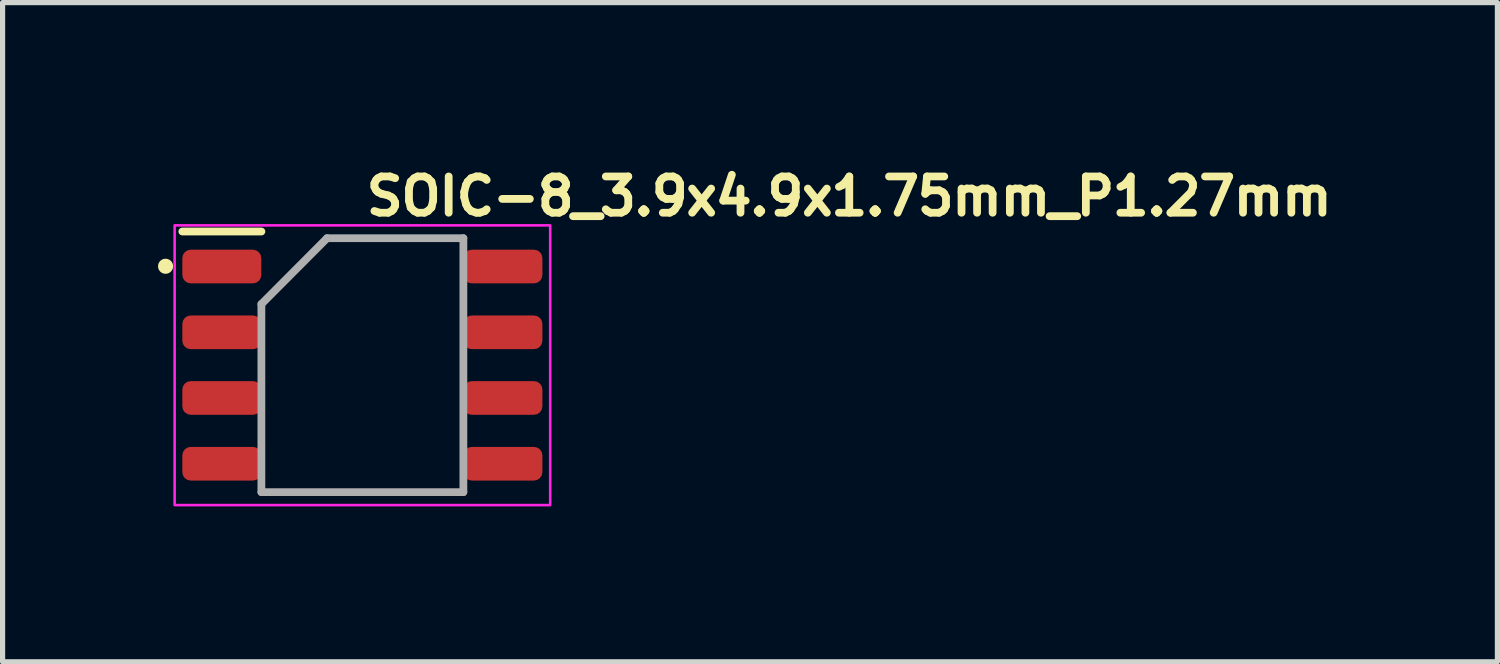
<source format=kicad_pcb>
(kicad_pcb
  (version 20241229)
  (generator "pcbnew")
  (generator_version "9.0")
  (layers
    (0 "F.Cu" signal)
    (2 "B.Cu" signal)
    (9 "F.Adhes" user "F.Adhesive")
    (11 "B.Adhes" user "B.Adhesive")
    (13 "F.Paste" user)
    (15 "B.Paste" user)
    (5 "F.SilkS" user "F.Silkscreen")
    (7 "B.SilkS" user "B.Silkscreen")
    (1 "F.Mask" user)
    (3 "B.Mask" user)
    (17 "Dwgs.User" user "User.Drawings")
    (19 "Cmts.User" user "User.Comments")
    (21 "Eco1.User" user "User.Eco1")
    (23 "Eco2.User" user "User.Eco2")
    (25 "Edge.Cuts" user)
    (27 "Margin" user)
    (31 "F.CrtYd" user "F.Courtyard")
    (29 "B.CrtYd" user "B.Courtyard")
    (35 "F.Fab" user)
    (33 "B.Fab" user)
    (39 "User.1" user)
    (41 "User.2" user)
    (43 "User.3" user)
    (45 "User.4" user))
  (footprint "SOIC-8_3.9x4.9x1.75mm_P1.27mm"
    (layer "F.Cu")
    (at 3.946 4)
    (property "Reference" "SOIC-8_3.9x4.9x1.75mm_P1.27mm" (at 0 -2.85 0) (layer "F.SilkS") (effects (font (size 0.7 0.7) (thickness 0.15)) (justify left bottom)))
    (attr smd)
    (fp_line (start -3.476 -2.581) (end -1.95 -2.581) (stroke (width 0.15) (type solid)) (layer "F.SilkS"))
    (fp_circle (center -3.8 -1.91) (end -3.75 -1.86) (stroke (width 0.15) (type solid)) (fill yes) (layer "F.SilkS"))
    (fp_rect (start -3.625 -2.7) (end 3.625 2.7) (stroke (width 0.05) (type solid)) (fill no) (layer "F.CrtYd"))
    (fp_line (start -1.95 -1.18) (end -0.683 -2.452) (stroke (width 0.15) (type solid)) (layer "F.Fab"))
    (fp_line (start -1.95 2.45) (end -1.95 -1.18) (stroke (width 0.15) (type solid)) (layer "F.Fab"))
    (fp_line (start -0.683 -2.452) (end 1.949 -2.452) (stroke (width 0.15) (type solid)) (layer "F.Fab"))
    (fp_line (start 1.949 -2.452) (end 1.949 2.45) (stroke (width 0.15) (type solid)) (layer "F.Fab"))
    (fp_line (start 1.949 2.45) (end -1.95 2.45) (stroke (width 0.15) (type solid)) (layer "F.Fab"))
    (fp_rect (start -3 -2.452) (end 2.999 2.45) (stroke (width 0.1) (type solid)) (fill no) (layer "User.5"))
    (fp_line (start -3 -2.11) (end -2.753 -2.11) (stroke (width 0.02) (type solid)) (layer "User.9"))
    (fp_line (start -3 -1.7) (end -3 -2.11) (stroke (width 0.02) (type solid)) (layer "User.9"))
    (fp_line (start -3 -1.7) (end -2.753 -1.7) (stroke (width 0.02) (type solid)) (layer "User.9"))
    (fp_line (start -3 -0.84) (end -2.753 -0.84) (stroke (width 0.02) (type solid)) (layer "User.9"))
    (fp_line (start -3 -0.43) (end -3 -0.84) (stroke (width 0.02) (type solid)) (layer "User.9"))
    (fp_line (start -3 -0.43) (end -2.753 -0.43) (stroke (width 0.02) (type solid)) (layer "User.9"))
    (fp_line (start -3 0.428) (end -2.753 0.428) (stroke (width 0.02) (type solid)) (layer "User.9"))
    (fp_line (start -3 0.838) (end -3 0.428) (stroke (width 0.02) (type solid)) (layer "User.9"))
    (fp_line (start -3 0.838) (end -2.753 0.838) (stroke (width 0.02) (type solid)) (layer "User.9"))
    (fp_line (start -3 1.699) (end -2.753 1.699) (stroke (width 0.02) (type solid)) (layer "User.9"))
    (fp_line (start -3 2.108) (end -3 1.699) (stroke (width 0.02) (type solid)) (layer "User.9"))
    (fp_line (start -3 2.108) (end -2.753 2.108) (stroke (width 0.02) (type solid)) (layer "User.9"))
    (fp_line (start -2.753 -2.11) (end -2.672 -2.11) (stroke (width 0.02) (type solid)) (layer "User.9"))
    (fp_line (start -2.753 -1.7) (end -2.672 -1.7) (stroke (width 0.02) (type solid)) (layer "User.9"))
    (fp_line (start -2.753 -0.84) (end -2.672 -0.84) (stroke (width 0.02) (type solid)) (layer "User.9"))
    (fp_line (start -2.753 -0.43) (end -2.672 -0.43) (stroke (width 0.02) (type solid)) (layer "User.9"))
    (fp_line (start -2.753 0.428) (end -2.672 0.428) (stroke (width 0.02) (type solid)) (layer "User.9"))
    (fp_line (start -2.753 0.838) (end -2.672 0.838) (stroke (width 0.02) (type solid)) (layer "User.9"))
    (fp_line (start -2.753 1.699) (end -2.672 1.699) (stroke (width 0.02) (type solid)) (layer "User.9"))
    (fp_line (start -2.753 2.108) (end -2.672 2.108) (stroke (width 0.02) (type solid)) (layer "User.9"))
    (fp_line (start -2.672 -2.11) (end -2.145 -2.11) (stroke (width 0.02) (type solid)) (layer "User.9"))
    (fp_line (start -2.672 -1.7) (end -2.145 -1.7) (stroke (width 0.02) (type solid)) (layer "User.9"))
    (fp_line (start -2.672 -0.84) (end -2.145 -0.84) (stroke (width 0.02) (type solid)) (layer "User.9"))
    (fp_line (start -2.672 -0.43) (end -2.145 -0.43) (stroke (width 0.02) (type solid)) (layer "User.9"))
    (fp_line (start -2.672 0.428) (end -2.145 0.428) (stroke (width 0.02) (type solid)) (layer "User.9"))
    (fp_line (start -2.672 0.838) (end -2.145 0.838) (stroke (width 0.02) (type solid)) (layer "User.9"))
    (fp_line (start -2.672 1.699) (end -2.145 1.699) (stroke (width 0.02) (type solid)) (layer "User.9"))
    (fp_line (start -2.672 2.108) (end -2.145 2.108) (stroke (width 0.02) (type solid)) (layer "User.9"))
    (fp_line (start -2.145 -2.11) (end -2.064 -2.11) (stroke (width 0.02) (type solid)) (layer "User.9"))
    (fp_line (start -2.145 -1.7) (end -2.064 -1.7) (stroke (width 0.02) (type solid)) (layer "User.9"))
    (fp_line (start -2.145 -0.84) (end -2.064 -0.84) (stroke (width 0.02) (type solid)) (layer "User.9"))
    (fp_line (start -2.145 -0.43) (end -2.064 -0.43) (stroke (width 0.02) (type solid)) (layer "User.9"))
    (fp_line (start -2.145 0.428) (end -2.064 0.428) (stroke (width 0.02) (type solid)) (layer "User.9"))
    (fp_line (start -2.145 0.838) (end -2.064 0.838) (stroke (width 0.02) (type solid)) (layer "User.9"))
    (fp_line (start -2.145 1.699) (end -2.064 1.699) (stroke (width 0.02) (type solid)) (layer "User.9"))
    (fp_line (start -2.145 2.108) (end -2.064 2.108) (stroke (width 0.02) (type solid)) (layer "User.9"))
    (fp_line (start -2.064 -2.11) (end -1.95 -2.11) (stroke (width 0.02) (type solid)) (layer "User.9"))
    (fp_line (start -2.064 -1.7) (end -1.95 -1.7) (stroke (width 0.02) (type solid)) (layer "User.9"))
    (fp_line (start -2.064 -0.84) (end -1.95 -0.84) (stroke (width 0.02) (type solid)) (layer "User.9"))
    (fp_line (start -2.064 -0.43) (end -1.95 -0.43) (stroke (width 0.02) (type solid)) (layer "User.9"))
    (fp_line (start -2.064 0.428) (end -1.95 0.428) (stroke (width 0.02) (type solid)) (layer "User.9"))
    (fp_line (start -2.064 0.838) (end -1.95 0.838) (stroke (width 0.02) (type solid)) (layer "User.9"))
    (fp_line (start -2.064 1.699) (end -1.95 1.699) (stroke (width 0.02) (type solid)) (layer "User.9"))
    (fp_line (start -2.064 2.108) (end -1.95 2.108) (stroke (width 0.02) (type solid)) (layer "User.9"))
    (fp_line (start -1.95 -2.452) (end -1.859 -2.359) (stroke (width 0.02) (type solid)) (layer "User.9"))
    (fp_line (start -1.95 -2.452) (end 1.949 -2.452) (stroke (width 0.02) (type solid)) (layer "User.9"))
    (fp_line (start -1.95 -1.7) (end -1.95 -2.11) (stroke (width 0.02) (type solid)) (layer "User.9"))
    (fp_line (start -1.95 -0.43) (end -1.95 -0.84) (stroke (width 0.02) (type solid)) (layer "User.9"))
    (fp_line (start -1.95 0.838) (end -1.95 0.428) (stroke (width 0.02) (type solid)) (layer "User.9"))
    (fp_line (start -1.95 2.108) (end -1.95 1.699) (stroke (width 0.02) (type solid)) (layer "User.9"))
    (fp_line (start -1.95 2.45) (end -1.95 -2.452) (stroke (width 0.02) (type solid)) (layer "User.9"))
    (fp_line (start -1.95 2.45) (end -1.859 2.358) (stroke (width 0.02) (type solid)) (layer "User.9"))
    (fp_line (start -1.95 2.45) (end 1.949 2.45) (stroke (width 0.02) (type solid)) (layer "User.9"))
    (fp_line (start -1.859 -2.359) (end -1.809 -2.31) (stroke (width 0.02) (type solid)) (layer "User.9"))
    (fp_line (start -1.859 2.358) (end -1.809 2.307) (stroke (width 0.02) (type solid)) (layer "User.9"))
    (fp_line (start -1.559 -1.841) (end -1.559 -1.829) (stroke (width 0.02) (type solid)) (layer "User.9"))
    (fp_line (start -1.559 -1.829) (end -1.559 -1.815) (stroke (width 0.02) (type solid)) (layer "User.9"))
    (fp_line (start -1.559 -1.815) (end -1.559 -1.815) (stroke (width 0.02) (type solid)) (layer "User.9"))
    (fp_line (start -1.559 -1.815) (end -1.559 -1.803) (stroke (width 0.02) (type solid)) (layer "User.9"))
    (fp_line (start -1.559 -1.803) (end -1.559 -1.792) (stroke (width 0.02) (type solid)) (layer "User.9"))
    (fp_line (start -1.559 -1.792) (end -1.557 -1.778) (stroke (width 0.02) (type solid)) (layer "User.9"))
    (fp_line (start -1.557 -1.853) (end -1.559 -1.841) (stroke (width 0.02) (type solid)) (layer "User.9"))
    (fp_line (start -1.557 -1.778) (end -1.555 -1.766) (stroke (width 0.02) (type solid)) (layer "User.9"))
    (fp_line (start -1.555 -1.865) (end -1.557 -1.853) (stroke (width 0.02) (type solid)) (layer "User.9"))
    (fp_line (start -1.555 -1.766) (end -1.553 -1.756) (stroke (width 0.02) (type solid)) (layer "User.9"))
    (fp_line (start -1.553 -1.877) (end -1.555 -1.865) (stroke (width 0.02) (type solid)) (layer "User.9"))
    (fp_line (start -1.553 -1.756) (end -1.549 -1.744) (stroke (width 0.02) (type solid)) (layer "User.9"))
    (fp_line (start -1.549 -1.889) (end -1.553 -1.877) (stroke (width 0.02) (type solid)) (layer "User.9"))
    (fp_line (start -1.549 -1.744) (end -1.545 -1.732) (stroke (width 0.02) (type solid)) (layer "User.9"))
    (fp_line (start -1.545 -1.899) (end -1.549 -1.889) (stroke (width 0.02) (type solid)) (layer "User.9"))
    (fp_line (start -1.545 -1.732) (end -1.541 -1.722) (stroke (width 0.02) (type solid)) (layer "User.9"))
    (fp_line (start -1.541 -1.911) (end -1.545 -1.899) (stroke (width 0.02) (type solid)) (layer "User.9"))
    (fp_line (start -1.541 -1.722) (end -1.536 -1.71) (stroke (width 0.02) (type solid)) (layer "User.9"))
    (fp_line (start -1.536 -1.922) (end -1.541 -1.911) (stroke (width 0.02) (type solid)) (layer "User.9"))
    (fp_line (start -1.536 -1.71) (end -1.53 -1.7) (stroke (width 0.02) (type solid)) (layer "User.9"))
    (fp_line (start -1.53 -1.932) (end -1.536 -1.922) (stroke (width 0.02) (type solid)) (layer "User.9"))
    (fp_line (start -1.53 -1.7) (end -1.524 -1.69) (stroke (width 0.02) (type solid)) (layer "User.9"))
    (fp_line (start -1.524 -1.942) (end -1.53 -1.932) (stroke (width 0.02) (type solid)) (layer "User.9"))
    (fp_line (start -1.524 -1.69) (end -1.518 -1.68) (stroke (width 0.02) (type solid)) (layer "User.9"))
    (fp_line (start -1.518 -1.952) (end -1.524 -1.942) (stroke (width 0.02) (type solid)) (layer "User.9"))
    (fp_line (start -1.518 -1.68) (end -1.512 -1.67) (stroke (width 0.02) (type solid)) (layer "User.9"))
    (fp_line (start -1.512 -1.962) (end -1.518 -1.952) (stroke (width 0.02) (type solid)) (layer "User.9"))
    (fp_line (start -1.512 -1.67) (end -1.504 -1.661) (stroke (width 0.02) (type solid)) (layer "User.9"))
    (fp_line (start -1.504 -1.972) (end -1.512 -1.962) (stroke (width 0.02) (type solid)) (layer "User.9"))
    (fp_line (start -1.504 -1.661) (end -1.496 -1.653) (stroke (width 0.02) (type solid)) (layer "User.9"))
    (fp_line (start -1.496 -1.98) (end -1.504 -1.972) (stroke (width 0.02) (type solid)) (layer "User.9"))
    (fp_line (start -1.496 -1.653) (end -1.488 -1.643) (stroke (width 0.02) (type solid)) (layer "User.9"))
    (fp_line (start -1.488 -1.988) (end -1.496 -1.98) (stroke (width 0.02) (type solid)) (layer "User.9"))
    (fp_line (start -1.488 -1.643) (end -1.48 -1.635) (stroke (width 0.02) (type solid)) (layer "User.9"))
    (fp_line (start -1.48 -1.996) (end -1.488 -1.988) (stroke (width 0.02) (type solid)) (layer "User.9"))
    (fp_line (start -1.48 -1.635) (end -1.472 -1.627) (stroke (width 0.02) (type solid)) (layer "User.9"))
    (fp_line (start -1.472 -2.004) (end -1.48 -1.996) (stroke (width 0.02) (type solid)) (layer "User.9"))
    (fp_line (start -1.472 -1.627) (end -1.462 -1.621) (stroke (width 0.02) (type solid)) (layer "User.9"))
    (fp_line (start -1.462 -2.012) (end -1.472 -2.004) (stroke (width 0.02) (type solid)) (layer "User.9"))
    (fp_line (start -1.462 -1.621) (end -1.452 -1.613) (stroke (width 0.02) (type solid)) (layer "User.9"))
    (fp_line (start -1.452 -2.019) (end -1.462 -2.012) (stroke (width 0.02) (type solid)) (layer "User.9"))
    (fp_line (start -1.452 -1.613) (end -1.442 -1.607) (stroke (width 0.02) (type solid)) (layer "User.9"))
    (fp_line (start -1.442 -2.024) (end -1.452 -2.019) (stroke (width 0.02) (type solid)) (layer "User.9"))
    (fp_line (start -1.442 -1.607) (end -1.432 -1.601) (stroke (width 0.02) (type solid)) (layer "User.9"))
    (fp_line (start -1.432 -2.031) (end -1.442 -2.024) (stroke (width 0.02) (type solid)) (layer "User.9"))
    (fp_line (start -1.432 -1.601) (end -1.422 -1.597) (stroke (width 0.02) (type solid)) (layer "User.9"))
    (fp_line (start -1.422 -2.036) (end -1.432 -2.031) (stroke (width 0.02) (type solid)) (layer "User.9"))
    (fp_line (start -1.422 -1.597) (end -1.41 -1.591) (stroke (width 0.02) (type solid)) (layer "User.9"))
    (fp_line (start -1.41 -2.04) (end -1.422 -2.036) (stroke (width 0.02) (type solid)) (layer "User.9"))
    (fp_line (start -1.41 -1.591) (end -1.399 -1.587) (stroke (width 0.02) (type solid)) (layer "User.9"))
    (fp_line (start -1.399 -2.044) (end -1.41 -2.04) (stroke (width 0.02) (type solid)) (layer "User.9"))
    (fp_line (start -1.399 -1.587) (end -1.389 -1.583) (stroke (width 0.02) (type solid)) (layer "User.9"))
    (fp_line (start -1.389 -2.048) (end -1.399 -2.044) (stroke (width 0.02) (type solid)) (layer "User.9"))
    (fp_line (start -1.389 -1.583) (end -1.377 -1.579) (stroke (width 0.02) (type solid)) (layer "User.9"))
    (fp_line (start -1.377 -2.053) (end -1.389 -2.048) (stroke (width 0.02) (type solid)) (layer "User.9"))
    (fp_line (start -1.377 -1.579) (end -1.365 -1.577) (stroke (width 0.02) (type solid)) (layer "User.9"))
    (fp_line (start -1.365 -2.054) (end -1.377 -2.053) (stroke (width 0.02) (type solid)) (layer "User.9"))
    (fp_line (start -1.365 -1.577) (end -1.353 -1.575) (stroke (width 0.02) (type solid)) (layer "User.9"))
    (fp_line (start -1.353 -2.057) (end -1.365 -2.054) (stroke (width 0.02) (type solid)) (layer "User.9"))
    (fp_line (start -1.353 -1.575) (end -1.341 -1.573) (stroke (width 0.02) (type solid)) (layer "User.9"))
    (fp_line (start -1.341 -2.058) (end -1.353 -2.057) (stroke (width 0.02) (type solid)) (layer "User.9"))
    (fp_line (start -1.341 -1.573) (end -1.329 -1.573) (stroke (width 0.02) (type solid)) (layer "User.9"))
    (fp_line (start -1.329 -2.06) (end -1.341 -2.058) (stroke (width 0.02) (type solid)) (layer "User.9"))
    (fp_line (start -1.329 -1.573) (end -1.315 -1.573) (stroke (width 0.02) (type solid)) (layer "User.9"))
    (fp_line (start -1.315 -2.06) (end -1.329 -2.06) (stroke (width 0.02) (type solid)) (layer "User.9"))
    (fp_line (start -1.315 -2.06) (end -1.315 -2.06) (stroke (width 0.02) (type solid)) (layer "User.9"))
    (fp_line (start -1.315 -1.573) (end -1.315 -1.573) (stroke (width 0.02) (type solid)) (layer "User.9"))
    (fp_line (start -1.315 -1.573) (end -1.303 -1.573) (stroke (width 0.02) (type solid)) (layer "User.9"))
    (fp_line (start -1.303 -2.06) (end -1.315 -2.06) (stroke (width 0.02) (type solid)) (layer "User.9"))
    (fp_line (start -1.303 -1.573) (end -1.291 -1.573) (stroke (width 0.02) (type solid)) (layer "User.9"))
    (fp_line (start -1.291 -2.058) (end -1.303 -2.06) (stroke (width 0.02) (type solid)) (layer "User.9"))
    (fp_line (start -1.291 -1.573) (end -1.278 -1.575) (stroke (width 0.02) (type solid)) (layer "User.9"))
    (fp_line (start -1.278 -2.057) (end -1.291 -2.058) (stroke (width 0.02) (type solid)) (layer "User.9"))
    (fp_line (start -1.278 -1.575) (end -1.266 -1.577) (stroke (width 0.02) (type solid)) (layer "User.9"))
    (fp_line (start -1.266 -2.054) (end -1.278 -2.057) (stroke (width 0.02) (type solid)) (layer "User.9"))
    (fp_line (start -1.266 -1.577) (end -1.256 -1.579) (stroke (width 0.02) (type solid)) (layer "User.9"))
    (fp_line (start -1.256 -2.053) (end -1.266 -2.054) (stroke (width 0.02) (type solid)) (layer "User.9"))
    (fp_line (start -1.256 -1.579) (end -1.244 -1.583) (stroke (width 0.02) (type solid)) (layer "User.9"))
    (fp_line (start -1.244 -2.048) (end -1.256 -2.053) (stroke (width 0.02) (type solid)) (layer "User.9"))
    (fp_line (start -1.244 -1.583) (end -1.232 -1.587) (stroke (width 0.02) (type solid)) (layer "User.9"))
    (fp_line (start -1.232 -2.044) (end -1.244 -2.048) (stroke (width 0.02) (type solid)) (layer "User.9"))
    (fp_line (start -1.232 -1.587) (end -1.222 -1.591) (stroke (width 0.02) (type solid)) (layer "User.9"))
    (fp_line (start -1.222 -2.04) (end -1.232 -2.044) (stroke (width 0.02) (type solid)) (layer "User.9"))
    (fp_line (start -1.222 -1.591) (end -1.21 -1.597) (stroke (width 0.02) (type solid)) (layer "User.9"))
    (fp_line (start -1.21 -2.036) (end -1.222 -2.04) (stroke (width 0.02) (type solid)) (layer "User.9"))
    (fp_line (start -1.21 -1.597) (end -1.2 -1.601) (stroke (width 0.02) (type solid)) (layer "User.9"))
    (fp_line (start -1.2 -2.031) (end -1.21 -2.036) (stroke (width 0.02) (type solid)) (layer "User.9"))
    (fp_line (start -1.2 -1.601) (end -1.19 -1.607) (stroke (width 0.02) (type solid)) (layer "User.9"))
    (fp_line (start -1.19 -2.024) (end -1.2 -2.031) (stroke (width 0.02) (type solid)) (layer "User.9"))
    (fp_line (start -1.19 -1.607) (end -1.18 -1.613) (stroke (width 0.02) (type solid)) (layer "User.9"))
    (fp_line (start -1.18 -2.019) (end -1.19 -2.024) (stroke (width 0.02) (type solid)) (layer "User.9"))
    (fp_line (start -1.18 -1.613) (end -1.17 -1.621) (stroke (width 0.02) (type solid)) (layer "User.9"))
    (fp_line (start -1.17 -2.012) (end -1.18 -2.019) (stroke (width 0.02) (type solid)) (layer "User.9"))
    (fp_line (start -1.17 -1.621) (end -1.16 -1.627) (stroke (width 0.02) (type solid)) (layer "User.9"))
    (fp_line (start -1.16 -2.004) (end -1.17 -2.012) (stroke (width 0.02) (type solid)) (layer "User.9"))
    (fp_line (start -1.16 -1.627) (end -1.153 -1.635) (stroke (width 0.02) (type solid)) (layer "User.9"))
    (fp_line (start -1.153 -1.996) (end -1.16 -2.004) (stroke (width 0.02) (type solid)) (layer "User.9"))
    (fp_line (start -1.153 -1.635) (end -1.143 -1.643) (stroke (width 0.02) (type solid)) (layer "User.9"))
    (fp_line (start -1.143 -1.988) (end -1.153 -1.996) (stroke (width 0.02) (type solid)) (layer "User.9"))
    (fp_line (start -1.143 -1.643) (end -1.135 -1.653) (stroke (width 0.02) (type solid)) (layer "User.9"))
    (fp_line (start -1.135 -1.98) (end -1.143 -1.988) (stroke (width 0.02) (type solid)) (layer "User.9"))
    (fp_line (start -1.135 -1.653) (end -1.127 -1.661) (stroke (width 0.02) (type solid)) (layer "User.9"))
    (fp_line (start -1.127 -1.972) (end -1.135 -1.98) (stroke (width 0.02) (type solid)) (layer "User.9"))
    (fp_line (start -1.127 -1.661) (end -1.121 -1.67) (stroke (width 0.02) (type solid)) (layer "User.9"))
    (fp_line (start -1.121 -1.962) (end -1.127 -1.972) (stroke (width 0.02) (type solid)) (layer "User.9"))
    (fp_line (start -1.121 -1.67) (end -1.113 -1.68) (stroke (width 0.02) (type solid)) (layer "User.9"))
    (fp_line (start -1.113 -1.952) (end -1.121 -1.962) (stroke (width 0.02) (type solid)) (layer "User.9"))
    (fp_line (start -1.113 -1.68) (end -1.107 -1.69) (stroke (width 0.02) (type solid)) (layer "User.9"))
    (fp_line (start -1.107 -1.942) (end -1.113 -1.952) (stroke (width 0.02) (type solid)) (layer "User.9"))
    (fp_line (start -1.107 -1.69) (end -1.101 -1.7) (stroke (width 0.02) (type solid)) (layer "User.9"))
    (fp_line (start -1.101 -1.932) (end -1.107 -1.942) (stroke (width 0.02) (type solid)) (layer "User.9"))
    (fp_line (start -1.101 -1.7) (end -1.097 -1.71) (stroke (width 0.02) (type solid)) (layer "User.9"))
    (fp_line (start -1.097 -1.922) (end -1.101 -1.932) (stroke (width 0.02) (type solid)) (layer "User.9"))
    (fp_line (start -1.097 -1.71) (end -1.091 -1.722) (stroke (width 0.02) (type solid)) (layer "User.9"))
    (fp_line (start -1.091 -1.911) (end -1.097 -1.922) (stroke (width 0.02) (type solid)) (layer "User.9"))
    (fp_line (start -1.091 -1.722) (end -1.087 -1.732) (stroke (width 0.02) (type solid)) (layer "User.9"))
    (fp_line (start -1.087 -1.899) (end -1.091 -1.911) (stroke (width 0.02) (type solid)) (layer "User.9"))
    (fp_line (start -1.087 -1.732) (end -1.083 -1.744) (stroke (width 0.02) (type solid)) (layer "User.9"))
    (fp_line (start -1.083 -1.889) (end -1.087 -1.899) (stroke (width 0.02) (type solid)) (layer "User.9"))
    (fp_line (start -1.083 -1.744) (end -1.079 -1.756) (stroke (width 0.02) (type solid)) (layer "User.9"))
    (fp_line (start -1.079 -1.877) (end -1.083 -1.889) (stroke (width 0.02) (type solid)) (layer "User.9"))
    (fp_line (start -1.079 -1.756) (end -1.077 -1.766) (stroke (width 0.02) (type solid)) (layer "User.9"))
    (fp_line (start -1.077 -1.865) (end -1.079 -1.877) (stroke (width 0.02) (type solid)) (layer "User.9"))
    (fp_line (start -1.077 -1.766) (end -1.075 -1.778) (stroke (width 0.02) (type solid)) (layer "User.9"))
    (fp_line (start -1.075 -1.853) (end -1.077 -1.865) (stroke (width 0.02) (type solid)) (layer "User.9"))
    (fp_line (start -1.075 -1.778) (end -1.073 -1.792) (stroke (width 0.02) (type solid)) (layer "User.9"))
    (fp_line (start -1.073 -1.841) (end -1.075 -1.853) (stroke (width 0.02) (type solid)) (layer "User.9"))
    (fp_line (start -1.073 -1.829) (end -1.073 -1.841) (stroke (width 0.02) (type solid)) (layer "User.9"))
    (fp_line (start -1.073 -1.815) (end -1.073 -1.829) (stroke (width 0.02) (type solid)) (layer "User.9"))
    (fp_line (start -1.073 -1.815) (end -1.073 -1.815) (stroke (width 0.02) (type solid)) (layer "User.9"))
    (fp_line (start -1.073 -1.815) (end -1.073 -1.815) (stroke (width 0.02) (type solid)) (layer "User.9"))
    (fp_line (start -1.073 -1.803) (end -1.073 -1.815) (stroke (width 0.02) (type solid)) (layer "User.9"))
    (fp_line (start -1.073 -1.792) (end -1.073 -1.803) (stroke (width 0.02) (type solid)) (layer "User.9"))
    (fp_line (start 1.808 -2.31) (end 1.858 -2.359) (stroke (width 0.02) (type solid)) (layer "User.9"))
    (fp_line (start 1.858 2.358) (end 1.808 2.307) (stroke (width 0.02) (type solid)) (layer "User.9"))
    (fp_line (start 1.949 -2.452) (end 1.858 -2.359) (stroke (width 0.02) (type solid)) (layer "User.9"))
    (fp_line (start 1.949 -2.11) (end 2.061 -2.11) (stroke (width 0.02) (type solid)) (layer "User.9"))
    (fp_line (start 1.949 -1.7) (end 1.949 -2.11) (stroke (width 0.02) (type solid)) (layer "User.9"))
    (fp_line (start 1.949 -1.7) (end 2.061 -1.7) (stroke (width 0.02) (type solid)) (layer "User.9"))
    (fp_line (start 1.949 -0.84) (end 2.061 -0.84) (stroke (width 0.02) (type solid)) (layer "User.9"))
    (fp_line (start 1.949 -0.43) (end 1.949 -0.84) (stroke (width 0.02) (type solid)) (layer "User.9"))
    (fp_line (start 1.949 -0.43) (end 2.061 -0.43) (stroke (width 0.02) (type solid)) (layer "User.9"))
    (fp_line (start 1.949 0.428) (end 2.061 0.428) (stroke (width 0.02) (type solid)) (layer "User.9"))
    (fp_line (start 1.949 0.838) (end 1.949 0.428) (stroke (width 0.02) (type solid)) (layer "User.9"))
    (fp_line (start 1.949 0.838) (end 2.061 0.838) (stroke (width 0.02) (type solid)) (layer "User.9"))
    (fp_line (start 1.949 1.699) (end 2.061 1.699) (stroke (width 0.02) (type solid)) (layer "User.9"))
    (fp_line (start 1.949 2.108) (end 1.949 1.699) (stroke (width 0.02) (type solid)) (layer "User.9"))
    (fp_line (start 1.949 2.108) (end 2.061 2.108) (stroke (width 0.02) (type solid)) (layer "User.9"))
    (fp_line (start 1.949 2.45) (end 1.858 2.358) (stroke (width 0.02) (type solid)) (layer "User.9"))
    (fp_line (start 1.949 2.45) (end 1.949 -2.452) (stroke (width 0.02) (type solid)) (layer "User.9"))
    (fp_line (start 2.143 -2.11) (end 2.061 -2.11) (stroke (width 0.02) (type solid)) (layer "User.9"))
    (fp_line (start 2.143 -1.7) (end 2.061 -1.7) (stroke (width 0.02) (type solid)) (layer "User.9"))
    (fp_line (start 2.143 -0.84) (end 2.061 -0.84) (stroke (width 0.02) (type solid)) (layer "User.9"))
    (fp_line (start 2.143 -0.43) (end 2.061 -0.43) (stroke (width 0.02) (type solid)) (layer "User.9"))
    (fp_line (start 2.143 0.428) (end 2.061 0.428) (stroke (width 0.02) (type solid)) (layer "User.9"))
    (fp_line (start 2.143 0.838) (end 2.061 0.838) (stroke (width 0.02) (type solid)) (layer "User.9"))
    (fp_line (start 2.143 1.699) (end 2.061 1.699) (stroke (width 0.02) (type solid)) (layer "User.9"))
    (fp_line (start 2.143 2.108) (end 2.061 2.108) (stroke (width 0.02) (type solid)) (layer "User.9"))
    (fp_line (start 2.669 -2.11) (end 2.143 -2.11) (stroke (width 0.02) (type solid)) (layer "User.9"))
    (fp_line (start 2.669 -1.7) (end 2.143 -1.7) (stroke (width 0.02) (type solid)) (layer "User.9"))
    (fp_line (start 2.669 -0.84) (end 2.143 -0.84) (stroke (width 0.02) (type solid)) (layer "User.9"))
    (fp_line (start 2.669 -0.43) (end 2.143 -0.43) (stroke (width 0.02) (type solid)) (layer "User.9"))
    (fp_line (start 2.669 0.428) (end 2.143 0.428) (stroke (width 0.02) (type solid)) (layer "User.9"))
    (fp_line (start 2.669 0.838) (end 2.143 0.838) (stroke (width 0.02) (type solid)) (layer "User.9"))
    (fp_line (start 2.669 1.699) (end 2.143 1.699) (stroke (width 0.02) (type solid)) (layer "User.9"))
    (fp_line (start 2.669 2.108) (end 2.143 2.108) (stroke (width 0.02) (type solid)) (layer "User.9"))
    (fp_line (start 2.75 -2.11) (end 2.669 -2.11) (stroke (width 0.02) (type solid)) (layer "User.9"))
    (fp_line (start 2.75 -2.11) (end 2.999 -2.11) (stroke (width 0.02) (type solid)) (layer "User.9"))
    (fp_line (start 2.75 -1.7) (end 2.669 -1.7) (stroke (width 0.02) (type solid)) (layer "User.9"))
    (fp_line (start 2.75 -1.7) (end 2.999 -1.7) (stroke (width 0.02) (type solid)) (layer "User.9"))
    (fp_line (start 2.75 -0.84) (end 2.669 -0.84) (stroke (width 0.02) (type solid)) (layer "User.9"))
    (fp_line (start 2.75 -0.84) (end 2.999 -0.84) (stroke (width 0.02) (type solid)) (layer "User.9"))
    (fp_line (start 2.75 -0.43) (end 2.669 -0.43) (stroke (width 0.02) (type solid)) (layer "User.9"))
    (fp_line (start 2.75 -0.43) (end 2.999 -0.43) (stroke (width 0.02) (type solid)) (layer "User.9"))
    (fp_line (start 2.75 0.428) (end 2.669 0.428) (stroke (width 0.02) (type solid)) (layer "User.9"))
    (fp_line (start 2.75 0.428) (end 2.999 0.428) (stroke (width 0.02) (type solid)) (layer "User.9"))
    (fp_line (start 2.75 0.838) (end 2.669 0.838) (stroke (width 0.02) (type solid)) (layer "User.9"))
    (fp_line (start 2.75 0.838) (end 2.999 0.838) (stroke (width 0.02) (type solid)) (layer "User.9"))
    (fp_line (start 2.75 1.699) (end 2.669 1.699) (stroke (width 0.02) (type solid)) (layer "User.9"))
    (fp_line (start 2.75 1.699) (end 2.999 1.699) (stroke (width 0.02) (type solid)) (layer "User.9"))
    (fp_line (start 2.75 2.108) (end 2.669 2.108) (stroke (width 0.02) (type solid)) (layer "User.9"))
    (fp_line (start 2.75 2.108) (end 2.999 2.108) (stroke (width 0.02) (type solid)) (layer "User.9"))
    (fp_line (start 2.999 -1.7) (end 2.999 -2.11) (stroke (width 0.02) (type solid)) (layer "User.9"))
    (fp_line (start 2.999 -0.43) (end 2.999 -0.84) (stroke (width 0.02) (type solid)) (layer "User.9"))
    (fp_line (start 2.999 0.838) (end 2.999 0.428) (stroke (width 0.02) (type solid)) (layer "User.9"))
    (fp_line (start 2.999 2.108) (end 2.999 1.699) (stroke (width 0.02) (type solid)) (layer "User.9"))
    (pad "1" smd roundrect (at -2.714 -1.905 90) (size 0.65 1.525) (layers "F.Cu" "F.Mask" "F.Paste") (roundrect_rratio 0.25))
    (pad "2" smd roundrect (at -2.714 -0.635 90) (size 0.65 1.525) (layers "F.Cu" "F.Mask" "F.Paste") (roundrect_rratio 0.25))
    (pad "3" smd roundrect (at -2.714 0.632 90) (size 0.65 1.525) (layers "F.Cu" "F.Mask" "F.Paste") (roundrect_rratio 0.25))
    (pad "4" smd roundrect (at -2.714 1.902 90) (size 0.65 1.525) (layers "F.Cu" "F.Mask" "F.Paste") (roundrect_rratio 0.25))
    (pad "5" smd roundrect (at 2.712 1.902 90) (size 0.65 1.525) (layers "F.Cu" "F.Mask" "F.Paste") (roundrect_rratio 0.25))
    (pad "6" smd roundrect (at 2.712 0.632 90) (size 0.65 1.525) (layers "F.Cu" "F.Mask" "F.Paste") (roundrect_rratio 0.25))
    (pad "7" smd roundrect (at 2.712 -0.635 90) (size 0.65 1.525) (layers "F.Cu" "F.Mask" "F.Paste") (roundrect_rratio 0.25))
    (pad "8" smd roundrect (at 2.712 -1.905 90) (size 0.65 1.525) (layers "F.Cu" "F.Mask" "F.Paste") (roundrect_rratio 0.25)))
  (gr_rect
    (start -3 -3)
    (end 25.856 9.725)
    (stroke (width 0.1) (type default))
    (fill no)
    (layer "Edge.Cuts")))
</source>
